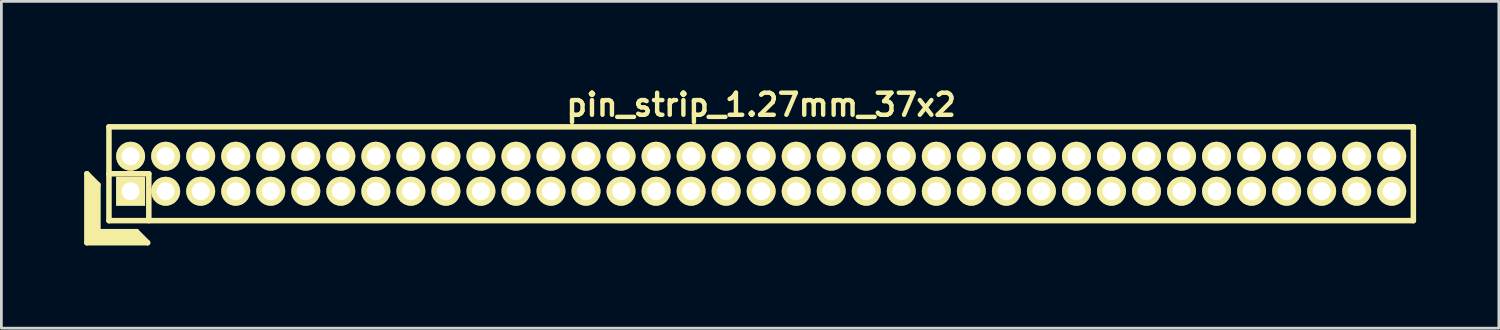
<source format=kicad_pcb>
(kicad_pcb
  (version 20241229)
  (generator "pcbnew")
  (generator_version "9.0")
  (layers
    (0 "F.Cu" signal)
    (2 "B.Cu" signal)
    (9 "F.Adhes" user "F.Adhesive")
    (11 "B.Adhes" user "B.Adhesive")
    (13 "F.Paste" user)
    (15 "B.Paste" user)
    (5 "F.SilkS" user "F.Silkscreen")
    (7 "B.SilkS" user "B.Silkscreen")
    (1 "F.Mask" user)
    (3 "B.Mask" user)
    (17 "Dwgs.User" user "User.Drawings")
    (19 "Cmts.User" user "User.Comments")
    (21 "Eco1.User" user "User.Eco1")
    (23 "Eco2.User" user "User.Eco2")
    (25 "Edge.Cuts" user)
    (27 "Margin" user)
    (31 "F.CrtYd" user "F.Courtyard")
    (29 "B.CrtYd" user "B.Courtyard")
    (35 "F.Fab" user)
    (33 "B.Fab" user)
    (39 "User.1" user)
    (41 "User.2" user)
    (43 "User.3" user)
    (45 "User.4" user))
  (footprint "pin_strip_1.27mm_37x2"
    (layer "F.Cu")
    (at 24.545 3.249)
    (property "Reference" "pin_strip_1.27mm_37x2" (at 0 -2.5 0) (layer "F.SilkS") (effects (font (size 0.8 0.8) (thickness 0.16))))
    (attr through_hole)
    (fp_line (start -24.445 0) (end -24.445 2.5) (stroke (width 0.2) (type solid)) (layer "F.SilkS"))
    (fp_line (start -24.445 0) (end -24.045 0.4) (stroke (width 0.2) (type solid)) (layer "F.SilkS"))
    (fp_line (start -24.445 2.5) (end -22.245 2.5) (stroke (width 0.2) (type solid)) (layer "F.SilkS"))
    (fp_line (start -24.345 2.4) (end -24.345 0.2) (stroke (width 0.2) (type solid)) (layer "F.SilkS"))
    (fp_line (start -24.345 2.4) (end -22.445 2.4) (stroke (width 0.2) (type solid)) (layer "F.SilkS"))
    (fp_line (start -24.245 2.3) (end -24.245 0.3) (stroke (width 0.2) (type solid)) (layer "F.SilkS"))
    (fp_line (start -24.245 2.3) (end -22.545 2.3) (stroke (width 0.2) (type solid)) (layer "F.SilkS"))
    (fp_line (start -24.145 2.2) (end -24.145 0.4) (stroke (width 0.2) (type solid)) (layer "F.SilkS"))
    (fp_line (start -24.145 2.2) (end -22.645 2.2) (stroke (width 0.2) (type solid)) (layer "F.SilkS"))
    (fp_line (start -24.045 2.1) (end -24.045 0.4) (stroke (width 0.2) (type solid)) (layer "F.SilkS"))
    (fp_line (start -24.045 2.1) (end -22.645 2.1) (stroke (width 0.2) (type solid)) (layer "F.SilkS"))
    (fp_line (start -23.65 0) (end -22.2 0) (stroke (width 0.2) (type solid)) (layer "F.SilkS"))
    (fp_line (start -23.645 -1.7) (end 23.645 -1.7) (stroke (width 0.2) (type solid)) (layer "F.SilkS"))
    (fp_line (start -23.645 1.7) (end -23.645 -1.7) (stroke (width 0.2) (type solid)) (layer "F.SilkS"))
    (fp_line (start -22.645 2.1) (end -22.245 2.5) (stroke (width 0.2) (type solid)) (layer "F.SilkS"))
    (fp_line (start -22.2 0) (end -22.2 1.7) (stroke (width 0.2) (type solid)) (layer "F.SilkS"))
    (fp_line (start 23.645 -1.7) (end 23.645 1.7) (stroke (width 0.2) (type solid)) (layer "F.SilkS"))
    (fp_line (start 23.645 1.7) (end -23.645 1.7) (stroke (width 0.2) (type solid)) (layer "F.SilkS"))
    (pad "1" thru_hole rect (at -22.86 0.635) (size 1.05 1.05) (drill 0.65) (layers "*.Cu" "*.Mask" "F.SilkS"))
    (pad "2" thru_hole oval (at -22.86 -0.635) (size 1.05 1.05) (drill 0.65) (layers "*.Cu" "*.Mask" "F.SilkS"))
    (pad "3" thru_hole oval (at -21.59 0.635) (size 1.05 1.05) (drill 0.65) (layers "*.Cu" "*.Mask" "F.SilkS"))
    (pad "4" thru_hole oval (at -21.59 -0.635) (size 1.05 1.05) (drill 0.65) (layers "*.Cu" "*.Mask" "F.SilkS"))
    (pad "5" thru_hole oval (at -20.32 0.635) (size 1.05 1.05) (drill 0.65) (layers "*.Cu" "*.Mask" "F.SilkS"))
    (pad "6" thru_hole oval (at -20.32 -0.635) (size 1.05 1.05) (drill 0.65) (layers "*.Cu" "*.Mask" "F.SilkS"))
    (pad "7" thru_hole oval (at -19.05 0.635) (size 1.05 1.05) (drill 0.65) (layers "*.Cu" "*.Mask" "F.SilkS"))
    (pad "8" thru_hole oval (at -19.05 -0.635) (size 1.05 1.05) (drill 0.65) (layers "*.Cu" "*.Mask" "F.SilkS"))
    (pad "9" thru_hole oval (at -17.78 0.635) (size 1.05 1.05) (drill 0.65) (layers "*.Cu" "*.Mask" "F.SilkS"))
    (pad "10" thru_hole oval (at -17.78 -0.635) (size 1.05 1.05) (drill 0.65) (layers "*.Cu" "*.Mask" "F.SilkS"))
    (pad "11" thru_hole oval (at -16.51 0.635) (size 1.05 1.05) (drill 0.65) (layers "*.Cu" "*.Mask" "F.SilkS"))
    (pad "12" thru_hole oval (at -16.51 -0.635) (size 1.05 1.05) (drill 0.65) (layers "*.Cu" "*.Mask" "F.SilkS"))
    (pad "13" thru_hole oval (at -15.24 0.635) (size 1.05 1.05) (drill 0.65) (layers "*.Cu" "*.Mask" "F.SilkS"))
    (pad "14" thru_hole oval (at -15.24 -0.635) (size 1.05 1.05) (drill 0.65) (layers "*.Cu" "*.Mask" "F.SilkS"))
    (pad "15" thru_hole oval (at -13.97 0.635) (size 1.05 1.05) (drill 0.65) (layers "*.Cu" "*.Mask" "F.SilkS"))
    (pad "16" thru_hole oval (at -13.97 -0.635) (size 1.05 1.05) (drill 0.65) (layers "*.Cu" "*.Mask" "F.SilkS"))
    (pad "17" thru_hole oval (at -12.7 0.635) (size 1.05 1.05) (drill 0.65) (layers "*.Cu" "*.Mask" "F.SilkS"))
    (pad "18" thru_hole oval (at -12.7 -0.635) (size 1.05 1.05) (drill 0.65) (layers "*.Cu" "*.Mask" "F.SilkS"))
    (pad "19" thru_hole oval (at -11.43 0.635) (size 1.05 1.05) (drill 0.65) (layers "*.Cu" "*.Mask" "F.SilkS"))
    (pad "20" thru_hole oval (at -11.43 -0.635) (size 1.05 1.05) (drill 0.65) (layers "*.Cu" "*.Mask" "F.SilkS"))
    (pad "21" thru_hole oval (at -10.16 0.635) (size 1.05 1.05) (drill 0.65) (layers "*.Cu" "*.Mask" "F.SilkS"))
    (pad "22" thru_hole oval (at -10.16 -0.635) (size 1.05 1.05) (drill 0.65) (layers "*.Cu" "*.Mask" "F.SilkS"))
    (pad "23" thru_hole oval (at -8.89 0.635) (size 1.05 1.05) (drill 0.65) (layers "*.Cu" "*.Mask" "F.SilkS"))
    (pad "24" thru_hole oval (at -8.89 -0.635) (size 1.05 1.05) (drill 0.65) (layers "*.Cu" "*.Mask" "F.SilkS"))
    (pad "25" thru_hole oval (at -7.62 0.635) (size 1.05 1.05) (drill 0.65) (layers "*.Cu" "*.Mask" "F.SilkS"))
    (pad "26" thru_hole oval (at -7.62 -0.635) (size 1.05 1.05) (drill 0.65) (layers "*.Cu" "*.Mask" "F.SilkS"))
    (pad "27" thru_hole oval (at -6.35 0.635) (size 1.05 1.05) (drill 0.65) (layers "*.Cu" "*.Mask" "F.SilkS"))
    (pad "28" thru_hole oval (at -6.35 -0.635) (size 1.05 1.05) (drill 0.65) (layers "*.Cu" "*.Mask" "F.SilkS"))
    (pad "29" thru_hole oval (at -5.08 0.635) (size 1.05 1.05) (drill 0.65) (layers "*.Cu" "*.Mask" "F.SilkS"))
    (pad "30" thru_hole oval (at -5.08 -0.635) (size 1.05 1.05) (drill 0.65) (layers "*.Cu" "*.Mask" "F.SilkS"))
    (pad "31" thru_hole oval (at -3.81 0.635) (size 1.05 1.05) (drill 0.65) (layers "*.Cu" "*.Mask" "F.SilkS"))
    (pad "32" thru_hole oval (at -3.81 -0.635) (size 1.05 1.05) (drill 0.65) (layers "*.Cu" "*.Mask" "F.SilkS"))
    (pad "33" thru_hole oval (at -2.54 0.635) (size 1.05 1.05) (drill 0.65) (layers "*.Cu" "*.Mask" "F.SilkS"))
    (pad "34" thru_hole oval (at -2.54 -0.635) (size 1.05 1.05) (drill 0.65) (layers "*.Cu" "*.Mask" "F.SilkS"))
    (pad "35" thru_hole oval (at -1.27 0.635) (size 1.05 1.05) (drill 0.65) (layers "*.Cu" "*.Mask" "F.SilkS"))
    (pad "36" thru_hole oval (at -1.27 -0.635) (size 1.05 1.05) (drill 0.65) (layers "*.Cu" "*.Mask" "F.SilkS"))
    (pad "37" thru_hole oval (at 0 0.635) (size 1.05 1.05) (drill 0.65) (layers "*.Cu" "*.Mask" "F.SilkS"))
    (pad "38" thru_hole oval (at 0 -0.635) (size 1.05 1.05) (drill 0.65) (layers "*.Cu" "*.Mask" "F.SilkS"))
    (pad "39" thru_hole oval (at 1.27 0.635) (size 1.05 1.05) (drill 0.65) (layers "*.Cu" "*.Mask" "F.SilkS"))
    (pad "40" thru_hole oval (at 1.27 -0.635) (size 1.05 1.05) (drill 0.65) (layers "*.Cu" "*.Mask" "F.SilkS"))
    (pad "41" thru_hole oval (at 2.54 0.635) (size 1.05 1.05) (drill 0.65) (layers "*.Cu" "*.Mask" "F.SilkS"))
    (pad "42" thru_hole oval (at 2.54 -0.635) (size 1.05 1.05) (drill 0.65) (layers "*.Cu" "*.Mask" "F.SilkS"))
    (pad "43" thru_hole oval (at 3.81 0.635) (size 1.05 1.05) (drill 0.65) (layers "*.Cu" "*.Mask" "F.SilkS"))
    (pad "44" thru_hole oval (at 3.81 -0.635) (size 1.05 1.05) (drill 0.65) (layers "*.Cu" "*.Mask" "F.SilkS"))
    (pad "45" thru_hole oval (at 5.08 0.635) (size 1.05 1.05) (drill 0.65) (layers "*.Cu" "*.Mask" "F.SilkS"))
    (pad "46" thru_hole oval (at 5.08 -0.635) (size 1.05 1.05) (drill 0.65) (layers "*.Cu" "*.Mask" "F.SilkS"))
    (pad "47" thru_hole oval (at 6.35 0.635) (size 1.05 1.05) (drill 0.65) (layers "*.Cu" "*.Mask" "F.SilkS"))
    (pad "48" thru_hole oval (at 6.35 -0.635) (size 1.05 1.05) (drill 0.65) (layers "*.Cu" "*.Mask" "F.SilkS"))
    (pad "49" thru_hole oval (at 7.62 0.635) (size 1.05 1.05) (drill 0.65) (layers "*.Cu" "*.Mask" "F.SilkS"))
    (pad "50" thru_hole oval (at 7.62 -0.635) (size 1.05 1.05) (drill 0.65) (layers "*.Cu" "*.Mask" "F.SilkS"))
    (pad "51" thru_hole circle (at 8.89 0.635) (size 1.05 1.05) (drill 0.65) (layers "*.Cu" "*.Mask" "F.SilkS"))
    (pad "52" thru_hole oval (at 8.89 -0.635) (size 1.05 1.05) (drill 0.65) (layers "*.Cu" "*.Mask" "F.SilkS"))
    (pad "53" thru_hole oval (at 10.16 0.635) (size 1.05 1.05) (drill 0.65) (layers "*.Cu" "*.Mask" "F.SilkS"))
    (pad "54" thru_hole oval (at 10.16 -0.635) (size 1.05 1.05) (drill 0.65) (layers "*.Cu" "*.Mask" "F.SilkS"))
    (pad "55" thru_hole oval (at 11.43 0.635) (size 1.05 1.05) (drill 0.65) (layers "*.Cu" "*.Mask" "F.SilkS"))
    (pad "56" thru_hole oval (at 11.43 -0.635) (size 1.05 1.05) (drill 0.65) (layers "*.Cu" "*.Mask" "F.SilkS"))
    (pad "57" thru_hole oval (at 12.7 0.635) (size 1.05 1.05) (drill 0.65) (layers "*.Cu" "*.Mask" "F.SilkS"))
    (pad "58" thru_hole oval (at 12.7 -0.635) (size 1.05 1.05) (drill 0.65) (layers "*.Cu" "*.Mask" "F.SilkS"))
    (pad "59" thru_hole oval (at 13.97 0.635) (size 1.05 1.05) (drill 0.65) (layers "*.Cu" "*.Mask" "F.SilkS"))
    (pad "60" thru_hole oval (at 13.97 -0.635) (size 1.05 1.05) (drill 0.65) (layers "*.Cu" "*.Mask" "F.SilkS"))
    (pad "61" thru_hole oval (at 15.24 0.635) (size 1.05 1.05) (drill 0.65) (layers "*.Cu" "*.Mask" "F.SilkS"))
    (pad "62" thru_hole oval (at 15.24 -0.635) (size 1.05 1.05) (drill 0.65) (layers "*.Cu" "*.Mask" "F.SilkS"))
    (pad "63" thru_hole oval (at 16.51 0.635) (size 1.05 1.05) (drill 0.65) (layers "*.Cu" "*.Mask" "F.SilkS"))
    (pad "64" thru_hole oval (at 16.51 -0.635) (size 1.05 1.05) (drill 0.65) (layers "*.Cu" "*.Mask" "F.SilkS"))
    (pad "65" thru_hole oval (at 17.78 0.635) (size 1.05 1.05) (drill 0.65) (layers "*.Cu" "*.Mask" "F.SilkS"))
    (pad "66" thru_hole oval (at 17.78 -0.635) (size 1.05 1.05) (drill 0.65) (layers "*.Cu" "*.Mask" "F.SilkS"))
    (pad "67" thru_hole oval (at 19.05 0.635) (size 1.05 1.05) (drill 0.65) (layers "*.Cu" "*.Mask" "F.SilkS"))
    (pad "68" thru_hole oval (at 19.05 -0.635) (size 1.05 1.05) (drill 0.65) (layers "*.Cu" "*.Mask" "F.SilkS"))
    (pad "69" thru_hole oval (at 20.32 0.635) (size 1.05 1.05) (drill 0.65) (layers "*.Cu" "*.Mask" "F.SilkS"))
    (pad "70" thru_hole oval (at 20.32 -0.635) (size 1.05 1.05) (drill 0.65) (layers "*.Cu" "*.Mask" "F.SilkS"))
    (pad "71" thru_hole oval (at 21.59 0.635) (size 1.05 1.05) (drill 0.65) (layers "*.Cu" "*.Mask" "F.SilkS"))
    (pad "72" thru_hole oval (at 21.59 -0.635) (size 1.05 1.05) (drill 0.65) (layers "*.Cu" "*.Mask" "F.SilkS"))
    (pad "73" thru_hole oval (at 22.86 0.635) (size 1.05 1.05) (drill 0.65) (layers "*.Cu" "*.Mask" "F.SilkS"))
    (pad "74" thru_hole oval (at 22.86 -0.635) (size 1.05 1.05) (drill 0.65) (layers "*.Cu" "*.Mask" "F.SilkS")))
  (gr_rect
    (start -3 -3)
    (end 51.29 8.849)
    (stroke (width 0.1) (type default))
    (fill no)
    (layer "Edge.Cuts")))
</source>
